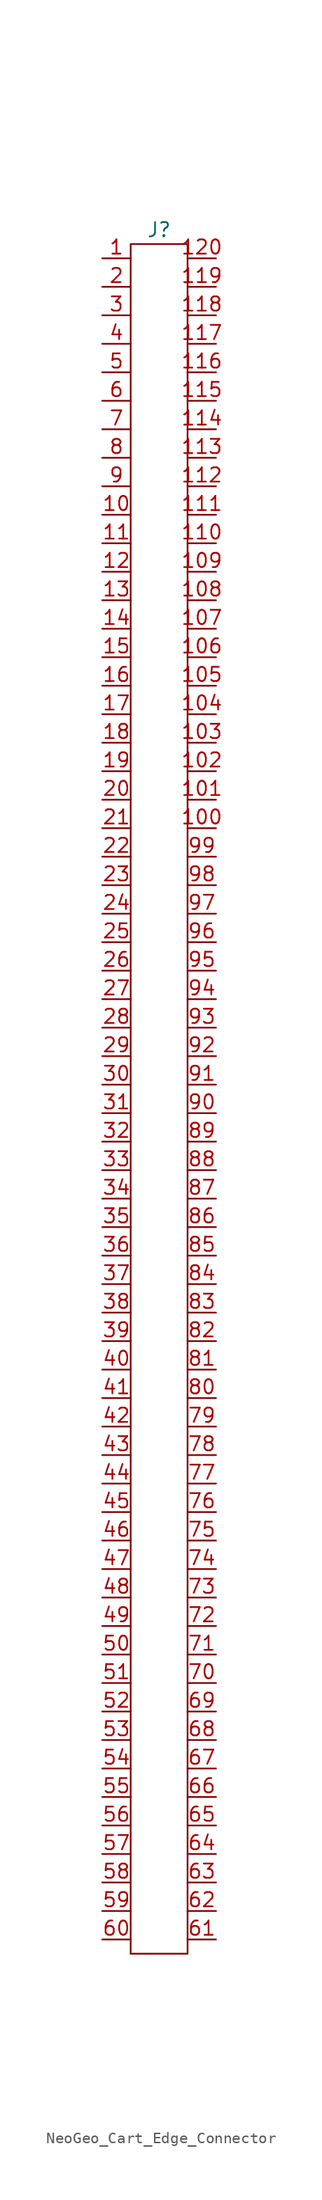
<source format=kicad_sym>
(kicad_symbol_lib
  (version 20241209)
  (generator "kicad_symbol_editor")
  (generator_version "9.0")
  (symbol "NeoGeo_Cart_Edge_Connector"
    (property "Reference" "J"
      (at 0 0 0)
      (effects (font (size 1.27 1.27))))
    (property "Value" ""
      (at 0 0 0)
      (effects (font (size 1.27 1.27))))
    (symbol "NeoGeo_Cart_Edge_Connector_0_1"
      (rectangle (start -2.54 -1.27) (end 2.54 -153.67) (stroke (width 0) (type default)) (fill (type none))))
    (symbol "NeoGeo_Cart_Edge_Connector_1_1"
      (pin bidirectional line (at -5.08 -2.54 0) (length 2.54) (name "" (effects (font (size 1.27 1.27)))) (number "1" (effects (font (size 1.27 1.27)))))
      (pin bidirectional line (at -5.08 -5.08 0) (length 2.54) (name "" (effects (font (size 1.27 1.27)))) (number "2" (effects (font (size 1.27 1.27)))))
      (pin bidirectional line (at -5.08 -7.62 0) (length 2.54) (name "" (effects (font (size 1.27 1.27)))) (number "3" (effects (font (size 1.27 1.27)))))
      (pin bidirectional line (at -5.08 -10.16 0) (length 2.54) (name "" (effects (font (size 1.27 1.27)))) (number "4" (effects (font (size 1.27 1.27)))))
      (pin bidirectional line (at -5.08 -12.7 0) (length 2.54) (name "" (effects (font (size 1.27 1.27)))) (number "5" (effects (font (size 1.27 1.27)))))
      (pin bidirectional line (at -5.08 -15.24 0) (length 2.54) (name "" (effects (font (size 1.27 1.27)))) (number "6" (effects (font (size 1.27 1.27)))))
      (pin bidirectional line (at -5.08 -17.78 0) (length 2.54) (name "" (effects (font (size 1.27 1.27)))) (number "7" (effects (font (size 1.27 1.27)))))
      (pin bidirectional line (at -5.08 -20.32 0) (length 2.54) (name "" (effects (font (size 1.27 1.27)))) (number "8" (effects (font (size 1.27 1.27)))))
      (pin bidirectional line (at -5.08 -22.86 0) (length 2.54) (name "" (effects (font (size 1.27 1.27)))) (number "9" (effects (font (size 1.27 1.27)))))
      (pin bidirectional line (at -5.08 -25.4 0) (length 2.54) (name "" (effects (font (size 1.27 1.27)))) (number "10" (effects (font (size 1.27 1.27)))))
      (pin bidirectional line (at -5.08 -27.94 0) (length 2.54) (name "" (effects (font (size 1.27 1.27)))) (number "11" (effects (font (size 1.27 1.27)))))
      (pin bidirectional line (at -5.08 -30.48 0) (length 2.54) (name "" (effects (font (size 1.27 1.27)))) (number "12" (effects (font (size 1.27 1.27)))))
      (pin bidirectional line (at -5.08 -33.02 0) (length 2.54) (name "" (effects (font (size 1.27 1.27)))) (number "13" (effects (font (size 1.27 1.27)))))
      (pin bidirectional line (at -5.08 -35.56 0) (length 2.54) (name "" (effects (font (size 1.27 1.27)))) (number "14" (effects (font (size 1.27 1.27)))))
      (pin bidirectional line (at -5.08 -38.1 0) (length 2.54) (name "" (effects (font (size 1.27 1.27)))) (number "15" (effects (font (size 1.27 1.27)))))
      (pin bidirectional line (at -5.08 -40.64 0) (length 2.54) (name "" (effects (font (size 1.27 1.27)))) (number "16" (effects (font (size 1.27 1.27)))))
      (pin bidirectional line (at -5.08 -43.18 0) (length 2.54) (name "" (effects (font (size 1.27 1.27)))) (number "17" (effects (font (size 1.27 1.27)))))
      (pin bidirectional line (at -5.08 -45.72 0) (length 2.54) (name "" (effects (font (size 1.27 1.27)))) (number "18" (effects (font (size 1.27 1.27)))))
      (pin bidirectional line (at -5.08 -48.26 0) (length 2.54) (name "" (effects (font (size 1.27 1.27)))) (number "19" (effects (font (size 1.27 1.27)))))
      (pin bidirectional line (at -5.08 -50.8 0) (length 2.54) (name "" (effects (font (size 1.27 1.27)))) (number "20" (effects (font (size 1.27 1.27)))))
      (pin bidirectional line (at -5.08 -53.34 0) (length 2.54) (name "" (effects (font (size 1.27 1.27)))) (number "21" (effects (font (size 1.27 1.27)))))
      (pin bidirectional line (at -5.08 -55.88 0) (length 2.54) (name "" (effects (font (size 1.27 1.27)))) (number "22" (effects (font (size 1.27 1.27)))))
      (pin bidirectional line (at -5.08 -58.42 0) (length 2.54) (name "" (effects (font (size 1.27 1.27)))) (number "23" (effects (font (size 1.27 1.27)))))
      (pin bidirectional line (at -5.08 -60.96 0) (length 2.54) (name "" (effects (font (size 1.27 1.27)))) (number "24" (effects (font (size 1.27 1.27)))))
      (pin bidirectional line (at -5.08 -63.5 0) (length 2.54) (name "" (effects (font (size 1.27 1.27)))) (number "25" (effects (font (size 1.27 1.27)))))
      (pin bidirectional line (at -5.08 -66.04 0) (length 2.54) (name "" (effects (font (size 1.27 1.27)))) (number "26" (effects (font (size 1.27 1.27)))))
      (pin bidirectional line (at -5.08 -68.58 0) (length 2.54) (name "" (effects (font (size 1.27 1.27)))) (number "27" (effects (font (size 1.27 1.27)))))
      (pin bidirectional line (at -5.08 -71.12 0) (length 2.54) (name "" (effects (font (size 1.27 1.27)))) (number "28" (effects (font (size 1.27 1.27)))))
      (pin bidirectional line (at -5.08 -73.66 0) (length 2.54) (name "" (effects (font (size 1.27 1.27)))) (number "29" (effects (font (size 1.27 1.27)))))
      (pin bidirectional line (at -5.08 -76.2 0) (length 2.54) (name "" (effects (font (size 1.27 1.27)))) (number "30" (effects (font (size 1.27 1.27)))))
      (pin bidirectional line (at -5.08 -78.74 0) (length 2.54) (name "" (effects (font (size 1.27 1.27)))) (number "31" (effects (font (size 1.27 1.27)))))
      (pin bidirectional line (at -5.08 -81.28 0) (length 2.54) (name "" (effects (font (size 1.27 1.27)))) (number "32" (effects (font (size 1.27 1.27)))))
      (pin bidirectional line (at -5.08 -83.82 0) (length 2.54) (name "" (effects (font (size 1.27 1.27)))) (number "33" (effects (font (size 1.27 1.27)))))
      (pin bidirectional line (at -5.08 -86.36 0) (length 2.54) (name "" (effects (font (size 1.27 1.27)))) (number "34" (effects (font (size 1.27 1.27)))))
      (pin bidirectional line (at -5.08 -88.9 0) (length 2.54) (name "" (effects (font (size 1.27 1.27)))) (number "35" (effects (font (size 1.27 1.27)))))
      (pin bidirectional line (at -5.08 -91.44 0) (length 2.54) (name "" (effects (font (size 1.27 1.27)))) (number "36" (effects (font (size 1.27 1.27)))))
      (pin bidirectional line (at -5.08 -93.98 0) (length 2.54) (name "" (effects (font (size 1.27 1.27)))) (number "37" (effects (font (size 1.27 1.27)))))
      (pin bidirectional line (at -5.08 -96.52 0) (length 2.54) (name "" (effects (font (size 1.27 1.27)))) (number "38" (effects (font (size 1.27 1.27)))))
      (pin bidirectional line (at -5.08 -99.06 0) (length 2.54) (name "" (effects (font (size 1.27 1.27)))) (number "39" (effects (font (size 1.27 1.27)))))
      (pin bidirectional line (at -5.08 -101.6 0) (length 2.54) (name "" (effects (font (size 1.27 1.27)))) (number "40" (effects (font (size 1.27 1.27)))))
      (pin bidirectional line (at -5.08 -104.14 0) (length 2.54) (name "" (effects (font (size 1.27 1.27)))) (number "41" (effects (font (size 1.27 1.27)))))
      (pin bidirectional line (at -5.08 -106.68 0) (length 2.54) (name "" (effects (font (size 1.27 1.27)))) (number "42" (effects (font (size 1.27 1.27)))))
      (pin bidirectional line (at -5.08 -109.22 0) (length 2.54) (name "" (effects (font (size 1.27 1.27)))) (number "43" (effects (font (size 1.27 1.27)))))
      (pin bidirectional line (at -5.08 -111.76 0) (length 2.54) (name "" (effects (font (size 1.27 1.27)))) (number "44" (effects (font (size 1.27 1.27)))))
      (pin bidirectional line (at -5.08 -114.3 0) (length 2.54) (name "" (effects (font (size 1.27 1.27)))) (number "45" (effects (font (size 1.27 1.27)))))
      (pin bidirectional line (at -5.08 -116.84 0) (length 2.54) (name "" (effects (font (size 1.27 1.27)))) (number "46" (effects (font (size 1.27 1.27)))))
      (pin bidirectional line (at -5.08 -119.38 0) (length 2.54) (name "" (effects (font (size 1.27 1.27)))) (number "47" (effects (font (size 1.27 1.27)))))
      (pin bidirectional line (at -5.08 -121.92 0) (length 2.54) (name "" (effects (font (size 1.27 1.27)))) (number "48" (effects (font (size 1.27 1.27)))))
      (pin bidirectional line (at -5.08 -124.46 0) (length 2.54) (name "" (effects (font (size 1.27 1.27)))) (number "49" (effects (font (size 1.27 1.27)))))
      (pin bidirectional line (at -5.08 -127 0) (length 2.54) (name "" (effects (font (size 1.27 1.27)))) (number "50" (effects (font (size 1.27 1.27)))))
      (pin bidirectional line (at -5.08 -129.54 0) (length 2.54) (name "" (effects (font (size 1.27 1.27)))) (number "51" (effects (font (size 1.27 1.27)))))
      (pin bidirectional line (at -5.08 -132.08 0) (length 2.54) (name "" (effects (font (size 1.27 1.27)))) (number "52" (effects (font (size 1.27 1.27)))))
      (pin bidirectional line (at -5.08 -134.62 0) (length 2.54) (name "" (effects (font (size 1.27 1.27)))) (number "53" (effects (font (size 1.27 1.27)))))
      (pin bidirectional line (at -5.08 -137.16 0) (length 2.54) (name "" (effects (font (size 1.27 1.27)))) (number "54" (effects (font (size 1.27 1.27)))))
      (pin bidirectional line (at -5.08 -139.7 0) (length 2.54) (name "" (effects (font (size 1.27 1.27)))) (number "55" (effects (font (size 1.27 1.27)))))
      (pin bidirectional line (at -5.08 -142.24 0) (length 2.54) (name "" (effects (font (size 1.27 1.27)))) (number "56" (effects (font (size 1.27 1.27)))))
      (pin bidirectional line (at -5.08 -144.78 0) (length 2.54) (name "" (effects (font (size 1.27 1.27)))) (number "57" (effects (font (size 1.27 1.27)))))
      (pin bidirectional line (at -5.08 -147.32 0) (length 2.54) (name "" (effects (font (size 1.27 1.27)))) (number "58" (effects (font (size 1.27 1.27)))))
      (pin bidirectional line (at -5.08 -149.86 0) (length 2.54) (name "" (effects (font (size 1.27 1.27)))) (number "59" (effects (font (size 1.27 1.27)))))
      (pin bidirectional line (at -5.08 -152.4 0) (length 2.54) (name "" (effects (font (size 1.27 1.27)))) (number "60" (effects (font (size 1.27 1.27)))))
      (pin bidirectional line (at 5.08 -2.54 180) (length 2.54) (name "" (effects (font (size 1.27 1.27)))) (number "120" (effects (font (size 1.27 1.27)))))
      (pin bidirectional line (at 5.08 -5.08 180) (length 2.54) (name "" (effects (font (size 1.27 1.27)))) (number "119" (effects (font (size 1.27 1.27)))))
      (pin bidirectional line (at 5.08 -7.62 180) (length 2.54) (name "" (effects (font (size 1.27 1.27)))) (number "118" (effects (font (size 1.27 1.27)))))
      (pin bidirectional line (at 5.08 -10.16 180) (length 2.54) (name "" (effects (font (size 1.27 1.27)))) (number "117" (effects (font (size 1.27 1.27)))))
      (pin bidirectional line (at 5.08 -12.7 180) (length 2.54) (name "" (effects (font (size 1.27 1.27)))) (number "116" (effects (font (size 1.27 1.27)))))
      (pin bidirectional line (at 5.08 -15.24 180) (length 2.54) (name "" (effects (font (size 1.27 1.27)))) (number "115" (effects (font (size 1.27 1.27)))))
      (pin bidirectional line (at 5.08 -17.78 180) (length 2.54) (name "" (effects (font (size 1.27 1.27)))) (number "114" (effects (font (size 1.27 1.27)))))
      (pin bidirectional line (at 5.08 -20.32 180) (length 2.54) (name "" (effects (font (size 1.27 1.27)))) (number "113" (effects (font (size 1.27 1.27)))))
      (pin bidirectional line (at 5.08 -22.86 180) (length 2.54) (name "" (effects (font (size 1.27 1.27)))) (number "112" (effects (font (size 1.27 1.27)))))
      (pin bidirectional line (at 5.08 -25.4 180) (length 2.54) (name "" (effects (font (size 1.27 1.27)))) (number "111" (effects (font (size 1.27 1.27)))))
      (pin bidirectional line (at 5.08 -27.94 180) (length 2.54) (name "" (effects (font (size 1.27 1.27)))) (number "110" (effects (font (size 1.27 1.27)))))
      (pin bidirectional line (at 5.08 -30.48 180) (length 2.54) (name "" (effects (font (size 1.27 1.27)))) (number "109" (effects (font (size 1.27 1.27)))))
      (pin bidirectional line (at 5.08 -33.02 180) (length 2.54) (name "" (effects (font (size 1.27 1.27)))) (number "108" (effects (font (size 1.27 1.27)))))
      (pin bidirectional line (at 5.08 -35.56 180) (length 2.54) (name "" (effects (font (size 1.27 1.27)))) (number "107" (effects (font (size 1.27 1.27)))))
      (pin bidirectional line (at 5.08 -38.1 180) (length 2.54) (name "" (effects (font (size 1.27 1.27)))) (number "106" (effects (font (size 1.27 1.27)))))
      (pin bidirectional line (at 5.08 -40.64 180) (length 2.54) (name "" (effects (font (size 1.27 1.27)))) (number "105" (effects (font (size 1.27 1.27)))))
      (pin bidirectional line (at 5.08 -43.18 180) (length 2.54) (name "" (effects (font (size 1.27 1.27)))) (number "104" (effects (font (size 1.27 1.27)))))
      (pin bidirectional line (at 5.08 -45.72 180) (length 2.54) (name "" (effects (font (size 1.27 1.27)))) (number "103" (effects (font (size 1.27 1.27)))))
      (pin bidirectional line (at 5.08 -48.26 180) (length 2.54) (name "" (effects (font (size 1.27 1.27)))) (number "102" (effects (font (size 1.27 1.27)))))
      (pin bidirectional line (at 5.08 -50.8 180) (length 2.54) (name "" (effects (font (size 1.27 1.27)))) (number "101" (effects (font (size 1.27 1.27)))))
      (pin bidirectional line (at 5.08 -53.34 180) (length 2.54) (name "" (effects (font (size 1.27 1.27)))) (number "100" (effects (font (size 1.27 1.27)))))
      (pin bidirectional line (at 5.08 -55.88 180) (length 2.54) (name "" (effects (font (size 1.27 1.27)))) (number "99" (effects (font (size 1.27 1.27)))))
      (pin bidirectional line (at 5.08 -58.42 180) (length 2.54) (name "" (effects (font (size 1.27 1.27)))) (number "98" (effects (font (size 1.27 1.27)))))
      (pin bidirectional line (at 5.08 -60.96 180) (length 2.54) (name "" (effects (font (size 1.27 1.27)))) (number "97" (effects (font (size 1.27 1.27)))))
      (pin bidirectional line (at 5.08 -63.5 180) (length 2.54) (name "" (effects (font (size 1.27 1.27)))) (number "96" (effects (font (size 1.27 1.27)))))
      (pin bidirectional line (at 5.08 -66.04 180) (length 2.54) (name "" (effects (font (size 1.27 1.27)))) (number "95" (effects (font (size 1.27 1.27)))))
      (pin bidirectional line (at 5.08 -68.58 180) (length 2.54) (name "" (effects (font (size 1.27 1.27)))) (number "94" (effects (font (size 1.27 1.27)))))
      (pin bidirectional line (at 5.08 -71.12 180) (length 2.54) (name "" (effects (font (size 1.27 1.27)))) (number "93" (effects (font (size 1.27 1.27)))))
      (pin bidirectional line (at 5.08 -73.66 180) (length 2.54) (name "" (effects (font (size 1.27 1.27)))) (number "92" (effects (font (size 1.27 1.27)))))
      (pin bidirectional line (at 5.08 -76.2 180) (length 2.54) (name "" (effects (font (size 1.27 1.27)))) (number "91" (effects (font (size 1.27 1.27)))))
      (pin bidirectional line (at 5.08 -78.74 180) (length 2.54) (name "" (effects (font (size 1.27 1.27)))) (number "90" (effects (font (size 1.27 1.27)))))
      (pin bidirectional line (at 5.08 -81.28 180) (length 2.54) (name "" (effects (font (size 1.27 1.27)))) (number "89" (effects (font (size 1.27 1.27)))))
      (pin bidirectional line (at 5.08 -83.82 180) (length 2.54) (name "" (effects (font (size 1.27 1.27)))) (number "88" (effects (font (size 1.27 1.27)))))
      (pin bidirectional line (at 5.08 -86.36 180) (length 2.54) (name "" (effects (font (size 1.27 1.27)))) (number "87" (effects (font (size 1.27 1.27)))))
      (pin bidirectional line (at 5.08 -88.9 180) (length 2.54) (name "" (effects (font (size 1.27 1.27)))) (number "86" (effects (font (size 1.27 1.27)))))
      (pin bidirectional line (at 5.08 -91.44 180) (length 2.54) (name "" (effects (font (size 1.27 1.27)))) (number "85" (effects (font (size 1.27 1.27)))))
      (pin bidirectional line (at 5.08 -93.98 180) (length 2.54) (name "" (effects (font (size 1.27 1.27)))) (number "84" (effects (font (size 1.27 1.27)))))
      (pin bidirectional line (at 5.08 -96.52 180) (length 2.54) (name "" (effects (font (size 1.27 1.27)))) (number "83" (effects (font (size 1.27 1.27)))))
      (pin bidirectional line (at 5.08 -99.06 180) (length 2.54) (name "" (effects (font (size 1.27 1.27)))) (number "82" (effects (font (size 1.27 1.27)))))
      (pin bidirectional line (at 5.08 -101.6 180) (length 2.54) (name "" (effects (font (size 1.27 1.27)))) (number "81" (effects (font (size 1.27 1.27)))))
      (pin bidirectional line (at 5.08 -104.14 180) (length 2.54) (name "" (effects (font (size 1.27 1.27)))) (number "80" (effects (font (size 1.27 1.27)))))
      (pin bidirectional line (at 5.08 -106.68 180) (length 2.54) (name "" (effects (font (size 1.27 1.27)))) (number "79" (effects (font (size 1.27 1.27)))))
      (pin bidirectional line (at 5.08 -109.22 180) (length 2.54) (name "" (effects (font (size 1.27 1.27)))) (number "78" (effects (font (size 1.27 1.27)))))
      (pin bidirectional line (at 5.08 -111.76 180) (length 2.54) (name "" (effects (font (size 1.27 1.27)))) (number "77" (effects (font (size 1.27 1.27)))))
      (pin bidirectional line (at 5.08 -114.3 180) (length 2.54) (name "" (effects (font (size 1.27 1.27)))) (number "76" (effects (font (size 1.27 1.27)))))
      (pin bidirectional line (at 5.08 -116.84 180) (length 2.54) (name "" (effects (font (size 1.27 1.27)))) (number "75" (effects (font (size 1.27 1.27)))))
      (pin bidirectional line (at 5.08 -119.38 180) (length 2.54) (name "" (effects (font (size 1.27 1.27)))) (number "74" (effects (font (size 1.27 1.27)))))
      (pin bidirectional line (at 5.08 -121.92 180) (length 2.54) (name "" (effects (font (size 1.27 1.27)))) (number "73" (effects (font (size 1.27 1.27)))))
      (pin bidirectional line (at 5.08 -124.46 180) (length 2.54) (name "" (effects (font (size 1.27 1.27)))) (number "72" (effects (font (size 1.27 1.27)))))
      (pin bidirectional line (at 5.08 -127 180) (length 2.54) (name "" (effects (font (size 1.27 1.27)))) (number "71" (effects (font (size 1.27 1.27)))))
      (pin bidirectional line (at 5.08 -129.54 180) (length 2.54) (name "" (effects (font (size 1.27 1.27)))) (number "70" (effects (font (size 1.27 1.27)))))
      (pin bidirectional line (at 5.08 -132.08 180) (length 2.54) (name "" (effects (font (size 1.27 1.27)))) (number "69" (effects (font (size 1.27 1.27)))))
      (pin bidirectional line (at 5.08 -134.62 180) (length 2.54) (name "" (effects (font (size 1.27 1.27)))) (number "68" (effects (font (size 1.27 1.27)))))
      (pin bidirectional line (at 5.08 -137.16 180) (length 2.54) (name "" (effects (font (size 1.27 1.27)))) (number "67" (effects (font (size 1.27 1.27)))))
      (pin bidirectional line (at 5.08 -139.7 180) (length 2.54) (name "" (effects (font (size 1.27 1.27)))) (number "66" (effects (font (size 1.27 1.27)))))
      (pin bidirectional line (at 5.08 -142.24 180) (length 2.54) (name "" (effects (font (size 1.27 1.27)))) (number "65" (effects (font (size 1.27 1.27)))))
      (pin bidirectional line (at 5.08 -144.78 180) (length 2.54) (name "" (effects (font (size 1.27 1.27)))) (number "64" (effects (font (size 1.27 1.27)))))
      (pin bidirectional line (at 5.08 -147.32 180) (length 2.54) (name "" (effects (font (size 1.27 1.27)))) (number "63" (effects (font (size 1.27 1.27)))))
      (pin bidirectional line (at 5.08 -149.86 180) (length 2.54) (name "" (effects (font (size 1.27 1.27)))) (number "62" (effects (font (size 1.27 1.27)))))
      (pin bidirectional line (at 5.08 -152.4 180) (length 2.54) (name "" (effects (font (size 1.27 1.27)))) (number "61" (effects (font (size 1.27 1.27))))))))
</source>
